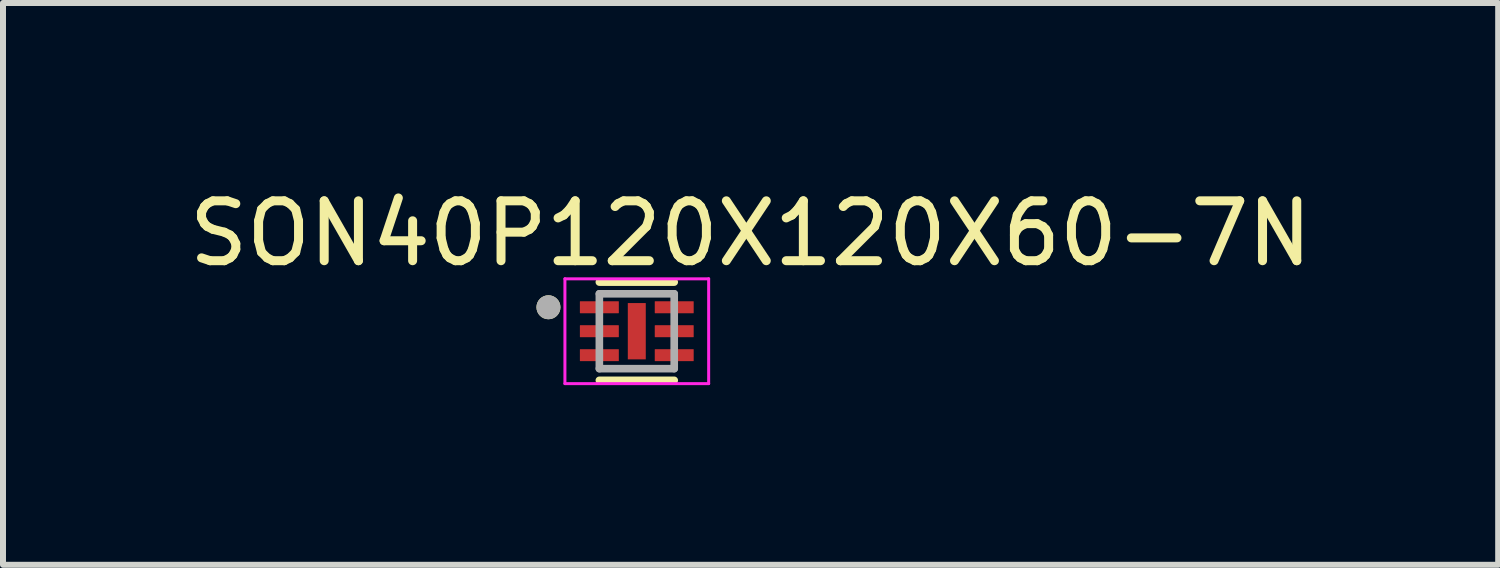
<source format=kicad_pcb>
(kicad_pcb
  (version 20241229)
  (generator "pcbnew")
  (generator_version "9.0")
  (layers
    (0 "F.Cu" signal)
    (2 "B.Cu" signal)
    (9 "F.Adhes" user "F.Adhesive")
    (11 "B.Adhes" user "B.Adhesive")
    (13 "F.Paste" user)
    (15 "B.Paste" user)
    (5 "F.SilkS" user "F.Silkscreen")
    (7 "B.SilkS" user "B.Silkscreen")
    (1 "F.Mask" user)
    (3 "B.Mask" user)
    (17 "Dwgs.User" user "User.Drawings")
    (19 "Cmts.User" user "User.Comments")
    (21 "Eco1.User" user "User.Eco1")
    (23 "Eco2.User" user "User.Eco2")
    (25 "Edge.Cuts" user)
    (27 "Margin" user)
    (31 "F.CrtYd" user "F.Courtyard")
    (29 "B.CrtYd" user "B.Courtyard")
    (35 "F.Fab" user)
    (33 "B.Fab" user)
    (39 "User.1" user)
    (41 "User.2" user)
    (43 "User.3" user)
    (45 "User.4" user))
  (footprint "SON40P120X120X60-7N"
    (layer "F.Cu")
    (at 7.582 2.48)
    (property "Reference" "SON40P120X120X60-7N" (at 1.9 -1.632 0) (layer "F.SilkS") (effects (font (size 1 1) (thickness 0.15))))
    (attr through_hole)
    (fp_line (start -0.625 -0.82) (end 0.625 -0.82) (stroke (width 0.127) (type solid)) (layer "F.SilkS"))
    (fp_line (start -0.625 0.82) (end 0.625 0.82) (stroke (width 0.127) (type solid)) (layer "F.SilkS"))
    (fp_circle (center -1.475 -0.4) (end -1.375 -0.4) (stroke (width 0.2) (type solid)) (fill no) (layer "F.SilkS"))
    (fp_poly (pts (xy -0.072 -0.392) (xy 0.072 -0.392) (xy 0.072 0.392) (xy -0.072 0.392)) (stroke (width 0.01) (type solid)) (fill yes) (layer "F.Paste"))
    (fp_line (start -1.2 -0.875) (end -1.2 0.875) (stroke (width 0.05) (type solid)) (layer "F.CrtYd"))
    (fp_line (start -1.2 -0.875) (end 1.2 -0.875) (stroke (width 0.05) (type solid)) (layer "F.CrtYd"))
    (fp_line (start -1.2 0.875) (end 1.2 0.875) (stroke (width 0.05) (type solid)) (layer "F.CrtYd"))
    (fp_line (start 1.2 -0.875) (end 1.2 0.875) (stroke (width 0.05) (type solid)) (layer "F.CrtYd"))
    (fp_line (start -0.625 -0.625) (end -0.625 0.625) (stroke (width 0.127) (type solid)) (layer "F.Fab"))
    (fp_line (start -0.625 -0.625) (end 0.625 -0.625) (stroke (width 0.127) (type solid)) (layer "F.Fab"))
    (fp_line (start -0.625 0.625) (end 0.625 0.625) (stroke (width 0.127) (type solid)) (layer "F.Fab"))
    (fp_line (start 0.625 -0.625) (end 0.625 0.625) (stroke (width 0.127) (type solid)) (layer "F.Fab"))
    (fp_circle (center -1.475 -0.4) (end -1.375 -0.4) (stroke (width 0.2) (type solid)) (fill no) (layer "F.Fab"))
    (pad "1" smd roundrect (at -0.625 -0.4) (size 0.65 0.2) (layers "F.Cu" "F.Mask" "F.Paste") (roundrect_rratio 0.03))
    (pad "2" smd roundrect (at -0.625 0) (size 0.65 0.2) (layers "F.Cu" "F.Mask" "F.Paste") (roundrect_rratio 0.03))
    (pad "3" smd roundrect (at -0.625 0.4) (size 0.65 0.2) (layers "F.Cu" "F.Mask" "F.Paste") (roundrect_rratio 0.03))
    (pad "4" smd roundrect (at 0.625 0.4) (size 0.65 0.2) (layers "F.Cu" "F.Mask" "F.Paste") (roundrect_rratio 0.03))
    (pad "5" smd roundrect (at 0.625 0) (size 0.65 0.2) (layers "F.Cu" "F.Mask" "F.Paste") (roundrect_rratio 0.03))
    (pad "6" smd roundrect (at 0.625 -0.4) (size 0.65 0.2) (layers "F.Cu" "F.Mask" "F.Paste") (roundrect_rratio 0.03))
    (pad "7" smd rect (at 0 0) (size 0.3 0.94) (layers "F.Cu" "F.Mask")))
  (gr_rect
    (start -3 -3)
    (end 21.964 6.38)
    (stroke (width 0.1) (type default))
    (fill no)
    (layer "Edge.Cuts")))
</source>
